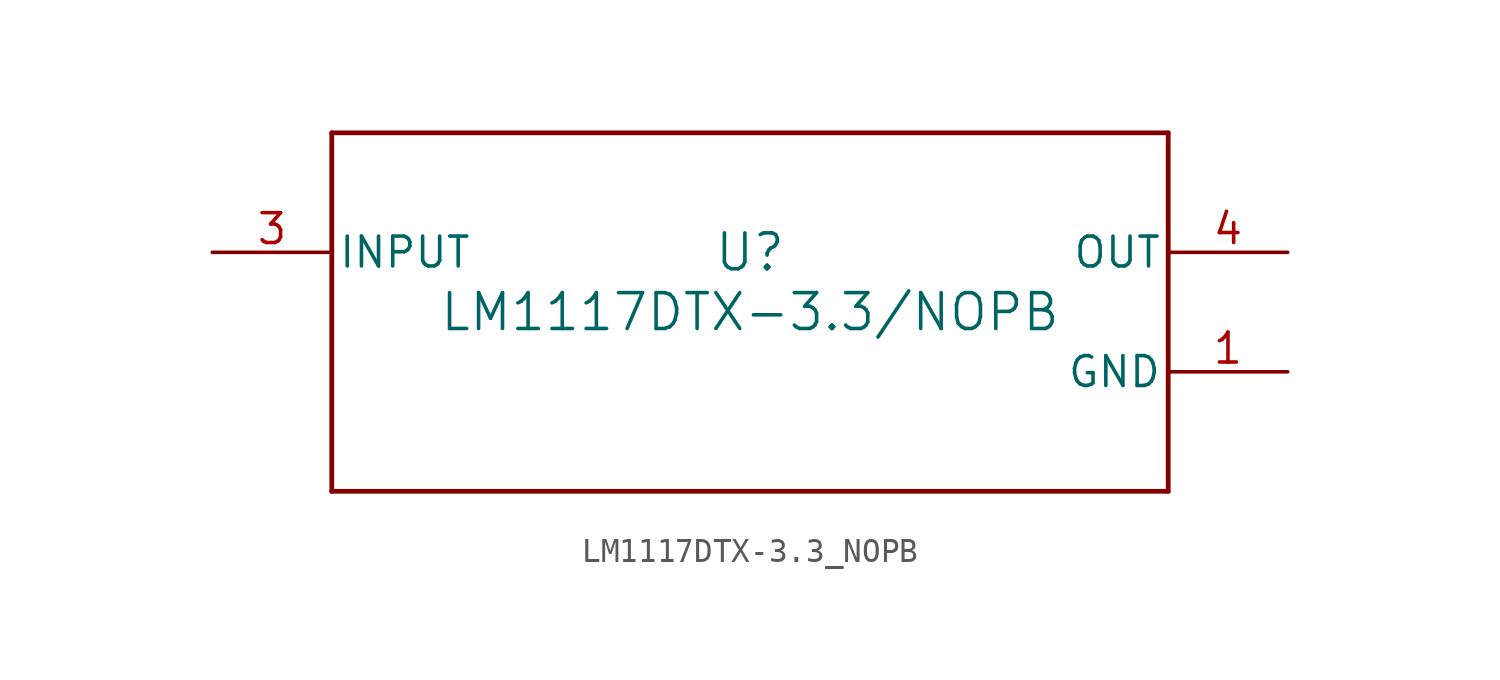
<source format=kicad_sym>
(kicad_symbol_lib
  (version 20211014)
  (generator kicad_symbol_editor)
  (symbol "LM1117DTX-3.3_NOPB"
    (pin_names
      (offset 0.254))
    (property "Reference" "U"
      (at 0 2.54 0)
      (effects (font (size 1.524 1.524))))
    (property "Value" "LM1117DTX-3.3/NOPB"
      (at 0 0 0)
      (effects (font (size 1.524 1.524))))
    (symbol "LM1117DTX-3.3_NOPB_0_1"
      (polyline (pts (xy -17.78 -7.62) (xy 17.78 -7.62)) (stroke (width 0.203) (type default) (color 0 0 0 0)) (fill (type none)))
      (polyline (pts (xy 17.78 -7.62) (xy 17.78 7.62)) (stroke (width 0.203) (type default) (color 0 0 0 0)) (fill (type none)))
      (polyline (pts (xy 17.78 7.62) (xy -17.78 7.62)) (stroke (width 0.203) (type default) (color 0 0 0 0)) (fill (type none)))
      (polyline (pts (xy -17.78 7.62) (xy -17.78 -7.62)) (stroke (width 0.203) (type default) (color 0 0 0 0)) (fill (type none)))
      (pin power_in line (at 22.86 -2.54 180) (length 5.08) (name "GND" (effects (font (size 1.27 1.27)))) (number "1" (effects (font (size 1.27 1.27)))))
      (pin power_in line (at -22.86 2.54 0) (length 5.08) (name "INPUT" (effects (font (size 1.27 1.27)))) (number "3" (effects (font (size 1.27 1.27)))))
      (pin power_in line (at 22.86 2.54 180) (length 5.08) (name "OUT" (effects (font (size 1.27 1.27)))) (number "4" (effects (font (size 1.27 1.27))))))))
</source>
